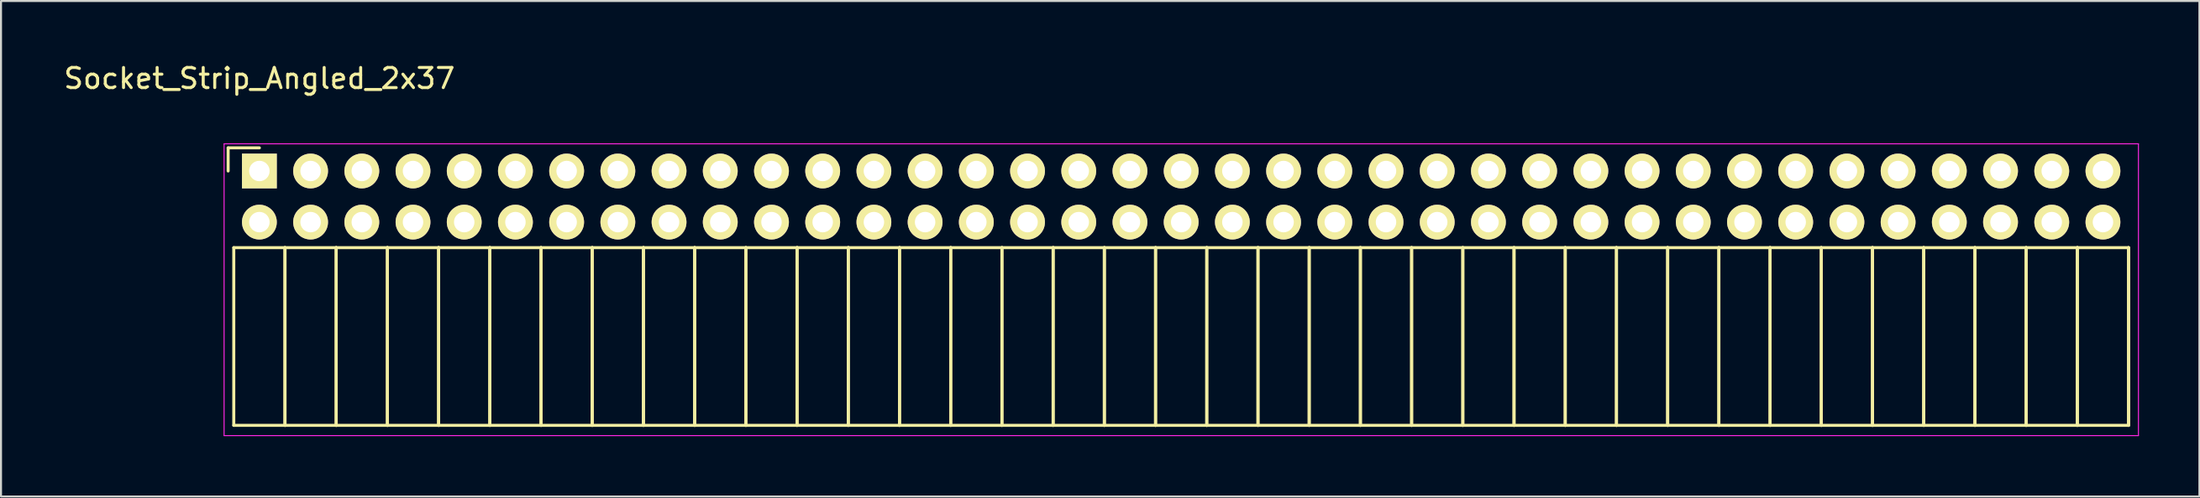
<source format=kicad_pcb>
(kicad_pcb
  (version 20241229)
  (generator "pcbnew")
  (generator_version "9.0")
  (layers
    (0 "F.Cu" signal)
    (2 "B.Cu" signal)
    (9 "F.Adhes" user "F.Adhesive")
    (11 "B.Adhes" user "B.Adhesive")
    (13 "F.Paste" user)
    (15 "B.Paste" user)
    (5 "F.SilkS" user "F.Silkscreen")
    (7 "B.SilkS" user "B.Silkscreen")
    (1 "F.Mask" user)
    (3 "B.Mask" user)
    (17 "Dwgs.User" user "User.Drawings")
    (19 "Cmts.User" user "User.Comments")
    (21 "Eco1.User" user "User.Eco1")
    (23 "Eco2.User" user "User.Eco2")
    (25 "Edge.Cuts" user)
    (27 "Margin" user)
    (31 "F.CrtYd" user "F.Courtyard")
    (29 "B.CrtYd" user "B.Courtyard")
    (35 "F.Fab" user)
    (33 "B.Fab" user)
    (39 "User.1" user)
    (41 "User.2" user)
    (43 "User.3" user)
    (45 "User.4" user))
  (footprint "Socket_Strip_Angled_2x37"
    (layer "F.Cu")
    (at 9.815 5.448)
    (property "Reference" "Socket_Strip_Angled_2x37" (at 0 -4.6 0) (layer "F.SilkS") (effects (font (size 1 1) (thickness 0.15))))
    (attr through_hole)
    (fp_line (start -1.55 -1.15) (end -1.55 0) (stroke (width 0.15) (type solid)) (layer "F.SilkS"))
    (fp_line (start -1.27 3.81) (end -1.27 12.64) (stroke (width 0.15) (type solid)) (layer "F.SilkS"))
    (fp_line (start -1.27 3.81) (end 1.27 3.81) (stroke (width 0.15) (type solid)) (layer "F.SilkS"))
    (fp_line (start -1.27 12.64) (end 1.27 12.64) (stroke (width 0.15) (type solid)) (layer "F.SilkS"))
    (fp_line (start 0 -1.15) (end -1.55 -1.15) (stroke (width 0.15) (type solid)) (layer "F.SilkS"))
    (fp_line (start 1.27 3.81) (end 1.27 12.64) (stroke (width 0.15) (type solid)) (layer "F.SilkS"))
    (fp_line (start 1.27 3.81) (end 3.81 3.81) (stroke (width 0.15) (type solid)) (layer "F.SilkS"))
    (fp_line (start 1.27 12.64) (end 1.27 3.81) (stroke (width 0.15) (type solid)) (layer "F.SilkS"))
    (fp_line (start 1.27 12.64) (end 3.81 12.64) (stroke (width 0.15) (type solid)) (layer "F.SilkS"))
    (fp_line (start 3.81 3.81) (end 3.81 12.64) (stroke (width 0.15) (type solid)) (layer "F.SilkS"))
    (fp_line (start 3.81 3.81) (end 6.35 3.81) (stroke (width 0.15) (type solid)) (layer "F.SilkS"))
    (fp_line (start 3.81 12.64) (end 3.81 3.81) (stroke (width 0.15) (type solid)) (layer "F.SilkS"))
    (fp_line (start 3.81 12.64) (end 6.35 12.64) (stroke (width 0.15) (type solid)) (layer "F.SilkS"))
    (fp_line (start 6.35 3.81) (end 6.35 12.64) (stroke (width 0.15) (type solid)) (layer "F.SilkS"))
    (fp_line (start 6.35 3.81) (end 8.89 3.81) (stroke (width 0.15) (type solid)) (layer "F.SilkS"))
    (fp_line (start 6.35 12.64) (end 6.35 3.81) (stroke (width 0.15) (type solid)) (layer "F.SilkS"))
    (fp_line (start 6.35 12.64) (end 8.89 12.64) (stroke (width 0.15) (type solid)) (layer "F.SilkS"))
    (fp_line (start 8.89 3.81) (end 8.89 12.64) (stroke (width 0.15) (type solid)) (layer "F.SilkS"))
    (fp_line (start 8.89 3.81) (end 11.43 3.81) (stroke (width 0.15) (type solid)) (layer "F.SilkS"))
    (fp_line (start 8.89 12.64) (end 8.89 3.81) (stroke (width 0.15) (type solid)) (layer "F.SilkS"))
    (fp_line (start 8.89 12.64) (end 11.43 12.64) (stroke (width 0.15) (type solid)) (layer "F.SilkS"))
    (fp_line (start 11.43 3.81) (end 11.43 12.64) (stroke (width 0.15) (type solid)) (layer "F.SilkS"))
    (fp_line (start 11.43 3.81) (end 13.97 3.81) (stroke (width 0.15) (type solid)) (layer "F.SilkS"))
    (fp_line (start 11.43 12.64) (end 11.43 3.81) (stroke (width 0.15) (type solid)) (layer "F.SilkS"))
    (fp_line (start 11.43 12.64) (end 13.97 12.64) (stroke (width 0.15) (type solid)) (layer "F.SilkS"))
    (fp_line (start 13.97 3.81) (end 13.97 12.64) (stroke (width 0.15) (type solid)) (layer "F.SilkS"))
    (fp_line (start 13.97 3.81) (end 16.51 3.81) (stroke (width 0.15) (type solid)) (layer "F.SilkS"))
    (fp_line (start 13.97 12.64) (end 13.97 3.81) (stroke (width 0.15) (type solid)) (layer "F.SilkS"))
    (fp_line (start 13.97 12.64) (end 16.51 12.64) (stroke (width 0.15) (type solid)) (layer "F.SilkS"))
    (fp_line (start 16.51 3.81) (end 16.51 12.64) (stroke (width 0.15) (type solid)) (layer "F.SilkS"))
    (fp_line (start 16.51 3.81) (end 19.05 3.81) (stroke (width 0.15) (type solid)) (layer "F.SilkS"))
    (fp_line (start 16.51 12.64) (end 16.51 3.81) (stroke (width 0.15) (type solid)) (layer "F.SilkS"))
    (fp_line (start 16.51 12.64) (end 19.05 12.64) (stroke (width 0.15) (type solid)) (layer "F.SilkS"))
    (fp_line (start 19.05 3.81) (end 19.05 12.64) (stroke (width 0.15) (type solid)) (layer "F.SilkS"))
    (fp_line (start 19.05 3.81) (end 21.59 3.81) (stroke (width 0.15) (type solid)) (layer "F.SilkS"))
    (fp_line (start 19.05 12.64) (end 19.05 3.81) (stroke (width 0.15) (type solid)) (layer "F.SilkS"))
    (fp_line (start 19.05 12.64) (end 21.59 12.64) (stroke (width 0.15) (type solid)) (layer "F.SilkS"))
    (fp_line (start 21.59 3.81) (end 21.59 12.64) (stroke (width 0.15) (type solid)) (layer "F.SilkS"))
    (fp_line (start 21.59 3.81) (end 24.13 3.81) (stroke (width 0.15) (type solid)) (layer "F.SilkS"))
    (fp_line (start 21.59 12.64) (end 21.59 3.81) (stroke (width 0.15) (type solid)) (layer "F.SilkS"))
    (fp_line (start 21.59 12.64) (end 24.13 12.64) (stroke (width 0.15) (type solid)) (layer "F.SilkS"))
    (fp_line (start 24.13 3.81) (end 24.13 12.64) (stroke (width 0.15) (type solid)) (layer "F.SilkS"))
    (fp_line (start 24.13 3.81) (end 26.67 3.81) (stroke (width 0.15) (type solid)) (layer "F.SilkS"))
    (fp_line (start 24.13 12.64) (end 24.13 3.81) (stroke (width 0.15) (type solid)) (layer "F.SilkS"))
    (fp_line (start 24.13 12.64) (end 26.67 12.64) (stroke (width 0.15) (type solid)) (layer "F.SilkS"))
    (fp_line (start 26.67 3.81) (end 26.67 12.64) (stroke (width 0.15) (type solid)) (layer "F.SilkS"))
    (fp_line (start 26.67 3.81) (end 29.21 3.81) (stroke (width 0.15) (type solid)) (layer "F.SilkS"))
    (fp_line (start 26.67 12.64) (end 26.67 3.81) (stroke (width 0.15) (type solid)) (layer "F.SilkS"))
    (fp_line (start 26.67 12.64) (end 29.21 12.64) (stroke (width 0.15) (type solid)) (layer "F.SilkS"))
    (fp_line (start 29.21 3.81) (end 29.21 12.64) (stroke (width 0.15) (type solid)) (layer "F.SilkS"))
    (fp_line (start 29.21 3.81) (end 31.75 3.81) (stroke (width 0.15) (type solid)) (layer "F.SilkS"))
    (fp_line (start 29.21 12.64) (end 29.21 3.81) (stroke (width 0.15) (type solid)) (layer "F.SilkS"))
    (fp_line (start 29.21 12.64) (end 31.75 12.64) (stroke (width 0.15) (type solid)) (layer "F.SilkS"))
    (fp_line (start 31.75 3.81) (end 31.75 12.64) (stroke (width 0.15) (type solid)) (layer "F.SilkS"))
    (fp_line (start 31.75 3.81) (end 34.29 3.81) (stroke (width 0.15) (type solid)) (layer "F.SilkS"))
    (fp_line (start 31.75 12.64) (end 31.75 3.81) (stroke (width 0.15) (type solid)) (layer "F.SilkS"))
    (fp_line (start 31.75 12.64) (end 34.29 12.64) (stroke (width 0.15) (type solid)) (layer "F.SilkS"))
    (fp_line (start 34.29 3.81) (end 34.29 12.64) (stroke (width 0.15) (type solid)) (layer "F.SilkS"))
    (fp_line (start 34.29 3.81) (end 36.83 3.81) (stroke (width 0.15) (type solid)) (layer "F.SilkS"))
    (fp_line (start 34.29 12.64) (end 34.29 3.81) (stroke (width 0.15) (type solid)) (layer "F.SilkS"))
    (fp_line (start 34.29 12.64) (end 36.83 12.64) (stroke (width 0.15) (type solid)) (layer "F.SilkS"))
    (fp_line (start 36.83 3.81) (end 36.83 12.64) (stroke (width 0.15) (type solid)) (layer "F.SilkS"))
    (fp_line (start 36.83 3.81) (end 39.37 3.81) (stroke (width 0.15) (type solid)) (layer "F.SilkS"))
    (fp_line (start 36.83 12.64) (end 36.83 3.81) (stroke (width 0.15) (type solid)) (layer "F.SilkS"))
    (fp_line (start 36.83 12.64) (end 39.37 12.64) (stroke (width 0.15) (type solid)) (layer "F.SilkS"))
    (fp_line (start 39.37 3.81) (end 39.37 12.64) (stroke (width 0.15) (type solid)) (layer "F.SilkS"))
    (fp_line (start 39.37 3.81) (end 41.91 3.81) (stroke (width 0.15) (type solid)) (layer "F.SilkS"))
    (fp_line (start 39.37 12.64) (end 39.37 3.81) (stroke (width 0.15) (type solid)) (layer "F.SilkS"))
    (fp_line (start 39.37 12.64) (end 41.91 12.64) (stroke (width 0.15) (type solid)) (layer "F.SilkS"))
    (fp_line (start 41.91 3.81) (end 41.91 12.64) (stroke (width 0.15) (type solid)) (layer "F.SilkS"))
    (fp_line (start 41.91 3.81) (end 44.45 3.81) (stroke (width 0.15) (type solid)) (layer "F.SilkS"))
    (fp_line (start 41.91 12.64) (end 41.91 3.81) (stroke (width 0.15) (type solid)) (layer "F.SilkS"))
    (fp_line (start 41.91 12.64) (end 44.45 12.64) (stroke (width 0.15) (type solid)) (layer "F.SilkS"))
    (fp_line (start 44.45 3.81) (end 44.45 12.64) (stroke (width 0.15) (type solid)) (layer "F.SilkS"))
    (fp_line (start 44.45 3.81) (end 46.99 3.81) (stroke (width 0.15) (type solid)) (layer "F.SilkS"))
    (fp_line (start 44.45 12.64) (end 44.45 3.81) (stroke (width 0.15) (type solid)) (layer "F.SilkS"))
    (fp_line (start 44.45 12.64) (end 46.99 12.64) (stroke (width 0.15) (type solid)) (layer "F.SilkS"))
    (fp_line (start 46.99 3.81) (end 46.99 12.64) (stroke (width 0.15) (type solid)) (layer "F.SilkS"))
    (fp_line (start 46.99 3.81) (end 49.53 3.81) (stroke (width 0.15) (type solid)) (layer "F.SilkS"))
    (fp_line (start 46.99 12.64) (end 46.99 3.81) (stroke (width 0.15) (type solid)) (layer "F.SilkS"))
    (fp_line (start 46.99 12.64) (end 49.53 12.64) (stroke (width 0.15) (type solid)) (layer "F.SilkS"))
    (fp_line (start 49.53 3.81) (end 49.53 12.64) (stroke (width 0.15) (type solid)) (layer "F.SilkS"))
    (fp_line (start 49.53 3.81) (end 52.07 3.81) (stroke (width 0.15) (type solid)) (layer "F.SilkS"))
    (fp_line (start 49.53 12.64) (end 49.53 3.81) (stroke (width 0.15) (type solid)) (layer "F.SilkS"))
    (fp_line (start 49.53 12.64) (end 52.07 12.64) (stroke (width 0.15) (type solid)) (layer "F.SilkS"))
    (fp_line (start 52.07 3.81) (end 52.07 12.64) (stroke (width 0.15) (type solid)) (layer "F.SilkS"))
    (fp_line (start 52.07 3.81) (end 54.61 3.81) (stroke (width 0.15) (type solid)) (layer "F.SilkS"))
    (fp_line (start 52.07 12.64) (end 52.07 3.81) (stroke (width 0.15) (type solid)) (layer "F.SilkS"))
    (fp_line (start 52.07 12.64) (end 54.61 12.64) (stroke (width 0.15) (type solid)) (layer "F.SilkS"))
    (fp_line (start 54.61 3.81) (end 54.61 12.64) (stroke (width 0.15) (type solid)) (layer "F.SilkS"))
    (fp_line (start 54.61 3.81) (end 57.15 3.81) (stroke (width 0.15) (type solid)) (layer "F.SilkS"))
    (fp_line (start 54.61 12.64) (end 54.61 3.81) (stroke (width 0.15) (type solid)) (layer "F.SilkS"))
    (fp_line (start 54.61 12.64) (end 57.15 12.64) (stroke (width 0.15) (type solid)) (layer "F.SilkS"))
    (fp_line (start 57.15 3.81) (end 57.15 12.64) (stroke (width 0.15) (type solid)) (layer "F.SilkS"))
    (fp_line (start 57.15 3.81) (end 59.69 3.81) (stroke (width 0.15) (type solid)) (layer "F.SilkS"))
    (fp_line (start 57.15 12.64) (end 57.15 3.81) (stroke (width 0.15) (type solid)) (layer "F.SilkS"))
    (fp_line (start 57.15 12.64) (end 59.69 12.64) (stroke (width 0.15) (type solid)) (layer "F.SilkS"))
    (fp_line (start 59.69 3.81) (end 59.69 12.64) (stroke (width 0.15) (type solid)) (layer "F.SilkS"))
    (fp_line (start 59.69 3.81) (end 62.23 3.81) (stroke (width 0.15) (type solid)) (layer "F.SilkS"))
    (fp_line (start 59.69 12.64) (end 59.69 3.81) (stroke (width 0.15) (type solid)) (layer "F.SilkS"))
    (fp_line (start 59.69 12.64) (end 62.23 12.64) (stroke (width 0.15) (type solid)) (layer "F.SilkS"))
    (fp_line (start 62.23 3.81) (end 62.23 12.64) (stroke (width 0.15) (type solid)) (layer "F.SilkS"))
    (fp_line (start 62.23 3.81) (end 64.77 3.81) (stroke (width 0.15) (type solid)) (layer "F.SilkS"))
    (fp_line (start 62.23 12.64) (end 62.23 3.81) (stroke (width 0.15) (type solid)) (layer "F.SilkS"))
    (fp_line (start 62.23 12.64) (end 64.77 12.64) (stroke (width 0.15) (type solid)) (layer "F.SilkS"))
    (fp_line (start 64.77 3.81) (end 64.77 12.64) (stroke (width 0.15) (type solid)) (layer "F.SilkS"))
    (fp_line (start 64.77 3.81) (end 67.31 3.81) (stroke (width 0.15) (type solid)) (layer "F.SilkS"))
    (fp_line (start 64.77 12.64) (end 64.77 3.81) (stroke (width 0.15) (type solid)) (layer "F.SilkS"))
    (fp_line (start 64.77 12.64) (end 67.31 12.64) (stroke (width 0.15) (type solid)) (layer "F.SilkS"))
    (fp_line (start 67.31 3.81) (end 67.31 12.64) (stroke (width 0.15) (type solid)) (layer "F.SilkS"))
    (fp_line (start 67.31 3.81) (end 69.85 3.81) (stroke (width 0.15) (type solid)) (layer "F.SilkS"))
    (fp_line (start 67.31 12.64) (end 67.31 3.81) (stroke (width 0.15) (type solid)) (layer "F.SilkS"))
    (fp_line (start 67.31 12.64) (end 69.85 12.64) (stroke (width 0.15) (type solid)) (layer "F.SilkS"))
    (fp_line (start 69.85 3.81) (end 69.85 12.64) (stroke (width 0.15) (type solid)) (layer "F.SilkS"))
    (fp_line (start 69.85 3.81) (end 72.39 3.81) (stroke (width 0.15) (type solid)) (layer "F.SilkS"))
    (fp_line (start 69.85 12.64) (end 69.85 3.81) (stroke (width 0.15) (type solid)) (layer "F.SilkS"))
    (fp_line (start 69.85 12.64) (end 72.39 12.64) (stroke (width 0.15) (type solid)) (layer "F.SilkS"))
    (fp_line (start 72.39 3.81) (end 72.39 12.64) (stroke (width 0.15) (type solid)) (layer "F.SilkS"))
    (fp_line (start 72.39 3.81) (end 74.93 3.81) (stroke (width 0.15) (type solid)) (layer "F.SilkS"))
    (fp_line (start 72.39 12.64) (end 72.39 3.81) (stroke (width 0.15) (type solid)) (layer "F.SilkS"))
    (fp_line (start 72.39 12.64) (end 74.93 12.64) (stroke (width 0.15) (type solid)) (layer "F.SilkS"))
    (fp_line (start 74.93 3.81) (end 74.93 12.64) (stroke (width 0.15) (type solid)) (layer "F.SilkS"))
    (fp_line (start 74.93 3.81) (end 77.47 3.81) (stroke (width 0.15) (type solid)) (layer "F.SilkS"))
    (fp_line (start 74.93 12.64) (end 74.93 3.81) (stroke (width 0.15) (type solid)) (layer "F.SilkS"))
    (fp_line (start 74.93 12.64) (end 77.47 12.64) (stroke (width 0.15) (type solid)) (layer "F.SilkS"))
    (fp_line (start 77.47 3.81) (end 77.47 12.64) (stroke (width 0.15) (type solid)) (layer "F.SilkS"))
    (fp_line (start 77.47 3.81) (end 80.01 3.81) (stroke (width 0.15) (type solid)) (layer "F.SilkS"))
    (fp_line (start 77.47 12.64) (end 77.47 3.81) (stroke (width 0.15) (type solid)) (layer "F.SilkS"))
    (fp_line (start 77.47 12.64) (end 80.01 12.64) (stroke (width 0.15) (type solid)) (layer "F.SilkS"))
    (fp_line (start 80.01 3.81) (end 80.01 12.64) (stroke (width 0.15) (type solid)) (layer "F.SilkS"))
    (fp_line (start 80.01 3.81) (end 82.55 3.81) (stroke (width 0.15) (type solid)) (layer "F.SilkS"))
    (fp_line (start 80.01 12.64) (end 80.01 3.81) (stroke (width 0.15) (type solid)) (layer "F.SilkS"))
    (fp_line (start 80.01 12.64) (end 82.55 12.64) (stroke (width 0.15) (type solid)) (layer "F.SilkS"))
    (fp_line (start 82.55 3.81) (end 82.55 12.64) (stroke (width 0.15) (type solid)) (layer "F.SilkS"))
    (fp_line (start 82.55 3.81) (end 85.09 3.81) (stroke (width 0.15) (type solid)) (layer "F.SilkS"))
    (fp_line (start 82.55 12.64) (end 82.55 3.81) (stroke (width 0.15) (type solid)) (layer "F.SilkS"))
    (fp_line (start 82.55 12.64) (end 85.09 12.64) (stroke (width 0.15) (type solid)) (layer "F.SilkS"))
    (fp_line (start 85.09 3.81) (end 85.09 12.64) (stroke (width 0.15) (type solid)) (layer "F.SilkS"))
    (fp_line (start 85.09 3.81) (end 87.63 3.81) (stroke (width 0.15) (type solid)) (layer "F.SilkS"))
    (fp_line (start 85.09 12.64) (end 85.09 3.81) (stroke (width 0.15) (type solid)) (layer "F.SilkS"))
    (fp_line (start 85.09 12.64) (end 87.63 12.64) (stroke (width 0.15) (type solid)) (layer "F.SilkS"))
    (fp_line (start 87.63 3.81) (end 87.63 12.64) (stroke (width 0.15) (type solid)) (layer "F.SilkS"))
    (fp_line (start 87.63 3.81) (end 90.17 3.81) (stroke (width 0.15) (type solid)) (layer "F.SilkS"))
    (fp_line (start 87.63 12.64) (end 87.63 3.81) (stroke (width 0.15) (type solid)) (layer "F.SilkS"))
    (fp_line (start 87.63 12.64) (end 90.17 12.64) (stroke (width 0.15) (type solid)) (layer "F.SilkS"))
    (fp_line (start 90.17 3.81) (end 90.17 12.64) (stroke (width 0.15) (type solid)) (layer "F.SilkS"))
    (fp_line (start 90.17 3.81) (end 92.71 3.81) (stroke (width 0.15) (type solid)) (layer "F.SilkS"))
    (fp_line (start 90.17 12.64) (end 90.17 3.81) (stroke (width 0.15) (type solid)) (layer "F.SilkS"))
    (fp_line (start 90.17 12.64) (end 92.71 12.64) (stroke (width 0.15) (type solid)) (layer "F.SilkS"))
    (fp_line (start 92.71 3.81) (end 92.71 12.64) (stroke (width 0.15) (type solid)) (layer "F.SilkS"))
    (fp_line (start 92.71 12.64) (end 92.71 3.81) (stroke (width 0.15) (type solid)) (layer "F.SilkS"))
    (fp_line (start -1.75 -1.35) (end -1.75 13.15) (stroke (width 0.05) (type solid)) (layer "F.CrtYd"))
    (fp_line (start -1.75 -1.35) (end 93.2 -1.35) (stroke (width 0.05) (type solid)) (layer "F.CrtYd"))
    (fp_line (start -1.75 13.15) (end 93.2 13.15) (stroke (width 0.05) (type solid)) (layer "F.CrtYd"))
    (fp_line (start 93.2 -1.35) (end 93.2 13.15) (stroke (width 0.05) (type solid)) (layer "F.CrtYd"))
    (pad "1" thru_hole rect (at 0 0) (size 1.727 1.727) (drill 1.016) (layers "*.Cu" "*.Mask" "F.SilkS"))
    (pad "2" thru_hole oval (at 0 2.54) (size 1.727 1.727) (drill 1.016) (layers "*.Cu" "*.Mask" "F.SilkS"))
    (pad "3" thru_hole oval (at 2.54 0) (size 1.727 1.727) (drill 1.016) (layers "*.Cu" "*.Mask" "F.SilkS"))
    (pad "4" thru_hole oval (at 2.54 2.54) (size 1.727 1.727) (drill 1.016) (layers "*.Cu" "*.Mask" "F.SilkS"))
    (pad "5" thru_hole oval (at 5.08 0) (size 1.727 1.727) (drill 1.016) (layers "*.Cu" "*.Mask" "F.SilkS"))
    (pad "6" thru_hole oval (at 5.08 2.54) (size 1.727 1.727) (drill 1.016) (layers "*.Cu" "*.Mask" "F.SilkS"))
    (pad "7" thru_hole oval (at 7.62 0) (size 1.727 1.727) (drill 1.016) (layers "*.Cu" "*.Mask" "F.SilkS"))
    (pad "8" thru_hole oval (at 7.62 2.54) (size 1.727 1.727) (drill 1.016) (layers "*.Cu" "*.Mask" "F.SilkS"))
    (pad "9" thru_hole oval (at 10.16 0) (size 1.727 1.727) (drill 1.016) (layers "*.Cu" "*.Mask" "F.SilkS"))
    (pad "10" thru_hole oval (at 10.16 2.54) (size 1.727 1.727) (drill 1.016) (layers "*.Cu" "*.Mask" "F.SilkS"))
    (pad "11" thru_hole oval (at 12.7 0) (size 1.727 1.727) (drill 1.016) (layers "*.Cu" "*.Mask" "F.SilkS"))
    (pad "12" thru_hole oval (at 12.7 2.54) (size 1.727 1.727) (drill 1.016) (layers "*.Cu" "*.Mask" "F.SilkS"))
    (pad "13" thru_hole oval (at 15.24 0) (size 1.727 1.727) (drill 1.016) (layers "*.Cu" "*.Mask" "F.SilkS"))
    (pad "14" thru_hole oval (at 15.24 2.54) (size 1.727 1.727) (drill 1.016) (layers "*.Cu" "*.Mask" "F.SilkS"))
    (pad "15" thru_hole oval (at 17.78 0) (size 1.727 1.727) (drill 1.016) (layers "*.Cu" "*.Mask" "F.SilkS"))
    (pad "16" thru_hole oval (at 17.78 2.54) (size 1.727 1.727) (drill 1.016) (layers "*.Cu" "*.Mask" "F.SilkS"))
    (pad "17" thru_hole oval (at 20.32 0) (size 1.727 1.727) (drill 1.016) (layers "*.Cu" "*.Mask" "F.SilkS"))
    (pad "18" thru_hole oval (at 20.32 2.54) (size 1.727 1.727) (drill 1.016) (layers "*.Cu" "*.Mask" "F.SilkS"))
    (pad "19" thru_hole oval (at 22.86 0) (size 1.727 1.727) (drill 1.016) (layers "*.Cu" "*.Mask" "F.SilkS"))
    (pad "20" thru_hole oval (at 22.86 2.54) (size 1.727 1.727) (drill 1.016) (layers "*.Cu" "*.Mask" "F.SilkS"))
    (pad "21" thru_hole oval (at 25.4 0) (size 1.727 1.727) (drill 1.016) (layers "*.Cu" "*.Mask" "F.SilkS"))
    (pad "22" thru_hole oval (at 25.4 2.54) (size 1.727 1.727) (drill 1.016) (layers "*.Cu" "*.Mask" "F.SilkS"))
    (pad "23" thru_hole oval (at 27.94 0) (size 1.727 1.727) (drill 1.016) (layers "*.Cu" "*.Mask" "F.SilkS"))
    (pad "24" thru_hole oval (at 27.94 2.54) (size 1.727 1.727) (drill 1.016) (layers "*.Cu" "*.Mask" "F.SilkS"))
    (pad "25" thru_hole oval (at 30.48 0) (size 1.727 1.727) (drill 1.016) (layers "*.Cu" "*.Mask" "F.SilkS"))
    (pad "26" thru_hole oval (at 30.48 2.54) (size 1.727 1.727) (drill 1.016) (layers "*.Cu" "*.Mask" "F.SilkS"))
    (pad "27" thru_hole oval (at 33.02 0) (size 1.727 1.727) (drill 1.016) (layers "*.Cu" "*.Mask" "F.SilkS"))
    (pad "28" thru_hole oval (at 33.02 2.54) (size 1.727 1.727) (drill 1.016) (layers "*.Cu" "*.Mask" "F.SilkS"))
    (pad "29" thru_hole oval (at 35.56 0) (size 1.727 1.727) (drill 1.016) (layers "*.Cu" "*.Mask" "F.SilkS"))
    (pad "30" thru_hole oval (at 35.56 2.54) (size 1.727 1.727) (drill 1.016) (layers "*.Cu" "*.Mask" "F.SilkS"))
    (pad "31" thru_hole oval (at 38.1 0) (size 1.727 1.727) (drill 1.016) (layers "*.Cu" "*.Mask" "F.SilkS"))
    (pad "32" thru_hole oval (at 38.1 2.54) (size 1.727 1.727) (drill 1.016) (layers "*.Cu" "*.Mask" "F.SilkS"))
    (pad "33" thru_hole oval (at 40.64 0) (size 1.727 1.727) (drill 1.016) (layers "*.Cu" "*.Mask" "F.SilkS"))
    (pad "34" thru_hole oval (at 40.64 2.54) (size 1.727 1.727) (drill 1.016) (layers "*.Cu" "*.Mask" "F.SilkS"))
    (pad "35" thru_hole oval (at 43.18 0) (size 1.727 1.727) (drill 1.016) (layers "*.Cu" "*.Mask" "F.SilkS"))
    (pad "36" thru_hole oval (at 43.18 2.54) (size 1.727 1.727) (drill 1.016) (layers "*.Cu" "*.Mask" "F.SilkS"))
    (pad "37" thru_hole oval (at 45.72 0) (size 1.727 1.727) (drill 1.016) (layers "*.Cu" "*.Mask" "F.SilkS"))
    (pad "38" thru_hole oval (at 45.72 2.54) (size 1.727 1.727) (drill 1.016) (layers "*.Cu" "*.Mask" "F.SilkS"))
    (pad "39" thru_hole oval (at 48.26 0) (size 1.727 1.727) (drill 1.016) (layers "*.Cu" "*.Mask" "F.SilkS"))
    (pad "40" thru_hole oval (at 48.26 2.54) (size 1.727 1.727) (drill 1.016) (layers "*.Cu" "*.Mask" "F.SilkS"))
    (pad "41" thru_hole oval (at 50.8 0) (size 1.727 1.727) (drill 1.016) (layers "*.Cu" "*.Mask" "F.SilkS"))
    (pad "42" thru_hole oval (at 50.8 2.54) (size 1.727 1.727) (drill 1.016) (layers "*.Cu" "*.Mask" "F.SilkS"))
    (pad "43" thru_hole oval (at 53.34 0) (size 1.727 1.727) (drill 1.016) (layers "*.Cu" "*.Mask" "F.SilkS"))
    (pad "44" thru_hole oval (at 53.34 2.54) (size 1.727 1.727) (drill 1.016) (layers "*.Cu" "*.Mask" "F.SilkS"))
    (pad "45" thru_hole oval (at 55.88 0) (size 1.727 1.727) (drill 1.016) (layers "*.Cu" "*.Mask" "F.SilkS"))
    (pad "46" thru_hole oval (at 55.88 2.54) (size 1.727 1.727) (drill 1.016) (layers "*.Cu" "*.Mask" "F.SilkS"))
    (pad "47" thru_hole oval (at 58.42 0) (size 1.727 1.727) (drill 1.016) (layers "*.Cu" "*.Mask" "F.SilkS"))
    (pad "48" thru_hole oval (at 58.42 2.54) (size 1.727 1.727) (drill 1.016) (layers "*.Cu" "*.Mask" "F.SilkS"))
    (pad "49" thru_hole oval (at 60.96 0) (size 1.727 1.727) (drill 1.016) (layers "*.Cu" "*.Mask" "F.SilkS"))
    (pad "50" thru_hole oval (at 60.96 2.54) (size 1.727 1.727) (drill 1.016) (layers "*.Cu" "*.Mask" "F.SilkS"))
    (pad "51" thru_hole oval (at 63.5 0) (size 1.727 1.727) (drill 1.016) (layers "*.Cu" "*.Mask" "F.SilkS"))
    (pad "52" thru_hole oval (at 63.5 2.54) (size 1.727 1.727) (drill 1.016) (layers "*.Cu" "*.Mask" "F.SilkS"))
    (pad "53" thru_hole oval (at 66.04 0) (size 1.727 1.727) (drill 1.016) (layers "*.Cu" "*.Mask" "F.SilkS"))
    (pad "54" thru_hole oval (at 66.04 2.54) (size 1.727 1.727) (drill 1.016) (layers "*.Cu" "*.Mask" "F.SilkS"))
    (pad "55" thru_hole oval (at 68.58 0) (size 1.727 1.727) (drill 1.016) (layers "*.Cu" "*.Mask" "F.SilkS"))
    (pad "56" thru_hole oval (at 68.58 2.54) (size 1.727 1.727) (drill 1.016) (layers "*.Cu" "*.Mask" "F.SilkS"))
    (pad "57" thru_hole oval (at 71.12 0) (size 1.727 1.727) (drill 1.016) (layers "*.Cu" "*.Mask" "F.SilkS"))
    (pad "58" thru_hole oval (at 71.12 2.54) (size 1.727 1.727) (drill 1.016) (layers "*.Cu" "*.Mask" "F.SilkS"))
    (pad "59" thru_hole oval (at 73.66 0) (size 1.727 1.727) (drill 1.016) (layers "*.Cu" "*.Mask" "F.SilkS"))
    (pad "60" thru_hole oval (at 73.66 2.54) (size 1.727 1.727) (drill 1.016) (layers "*.Cu" "*.Mask" "F.SilkS"))
    (pad "61" thru_hole oval (at 76.2 0) (size 1.727 1.727) (drill 1.016) (layers "*.Cu" "*.Mask" "F.SilkS"))
    (pad "62" thru_hole oval (at 76.2 2.54) (size 1.727 1.727) (drill 1.016) (layers "*.Cu" "*.Mask" "F.SilkS"))
    (pad "63" thru_hole oval (at 78.74 0) (size 1.727 1.727) (drill 1.016) (layers "*.Cu" "*.Mask" "F.SilkS"))
    (pad "64" thru_hole oval (at 78.74 2.54) (size 1.727 1.727) (drill 1.016) (layers "*.Cu" "*.Mask" "F.SilkS"))
    (pad "65" thru_hole oval (at 81.28 0) (size 1.727 1.727) (drill 1.016) (layers "*.Cu" "*.Mask" "F.SilkS"))
    (pad "66" thru_hole oval (at 81.28 2.54) (size 1.727 1.727) (drill 1.016) (layers "*.Cu" "*.Mask" "F.SilkS"))
    (pad "67" thru_hole oval (at 83.82 0) (size 1.727 1.727) (drill 1.016) (layers "*.Cu" "*.Mask" "F.SilkS"))
    (pad "68" thru_hole oval (at 83.82 2.54) (size 1.727 1.727) (drill 1.016) (layers "*.Cu" "*.Mask" "F.SilkS"))
    (pad "69" thru_hole oval (at 86.36 0) (size 1.727 1.727) (drill 1.016) (layers "*.Cu" "*.Mask" "F.SilkS"))
    (pad "70" thru_hole oval (at 86.36 2.54) (size 1.727 1.727) (drill 1.016) (layers "*.Cu" "*.Mask" "F.SilkS"))
    (pad "71" thru_hole oval (at 88.9 0) (size 1.727 1.727) (drill 1.016) (layers "*.Cu" "*.Mask" "F.SilkS"))
    (pad "72" thru_hole oval (at 88.9 2.54) (size 1.727 1.727) (drill 1.016) (layers "*.Cu" "*.Mask" "F.SilkS"))
    (pad "73" thru_hole oval (at 91.44 0) (size 1.727 1.727) (drill 1.016) (layers "*.Cu" "*.Mask" "F.SilkS"))
    (pad "74" thru_hole oval (at 91.44 2.54) (size 1.727 1.727) (drill 1.016) (layers "*.Cu" "*.Mask" "F.SilkS")))
  (gr_rect
    (start -3 -3)
    (end 106.04 21.623)
    (stroke (width 0.1) (type default))
    (fill no)
    (layer "Edge.Cuts")))
</source>
